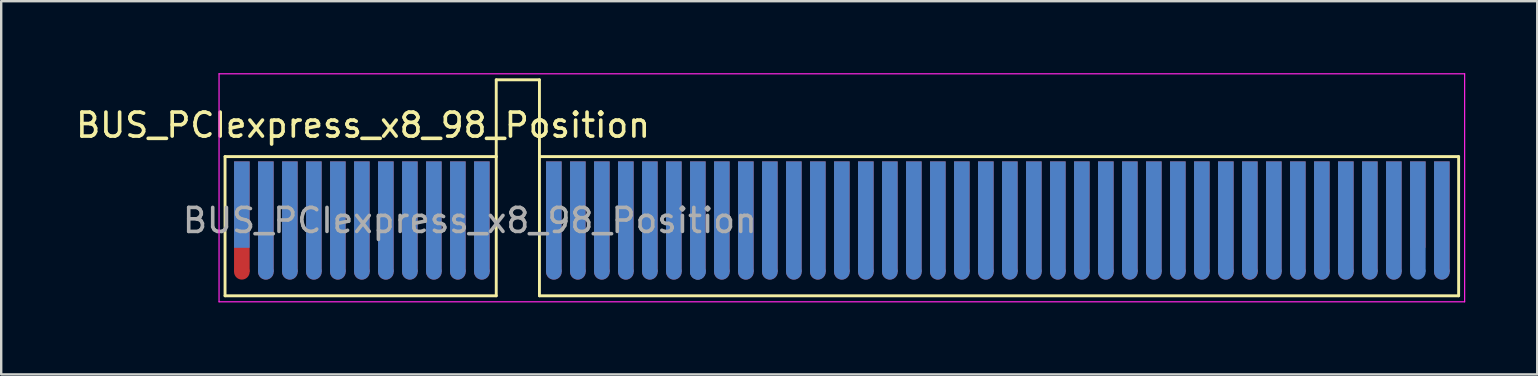
<source format=kicad_pcb>
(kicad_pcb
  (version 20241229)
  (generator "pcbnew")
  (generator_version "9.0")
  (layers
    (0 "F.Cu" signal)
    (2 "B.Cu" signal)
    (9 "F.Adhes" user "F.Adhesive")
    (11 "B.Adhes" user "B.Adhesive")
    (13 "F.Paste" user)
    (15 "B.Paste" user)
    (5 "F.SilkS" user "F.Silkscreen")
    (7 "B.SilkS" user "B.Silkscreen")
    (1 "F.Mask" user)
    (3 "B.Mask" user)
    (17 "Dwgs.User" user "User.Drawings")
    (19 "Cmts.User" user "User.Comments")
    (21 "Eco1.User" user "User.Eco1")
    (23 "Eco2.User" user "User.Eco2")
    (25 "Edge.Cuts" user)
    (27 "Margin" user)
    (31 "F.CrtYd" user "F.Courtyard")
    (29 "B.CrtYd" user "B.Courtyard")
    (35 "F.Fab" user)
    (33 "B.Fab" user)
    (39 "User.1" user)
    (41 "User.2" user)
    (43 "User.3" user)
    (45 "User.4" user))
  (footprint "BUS_PCIexpress_x8_98_Position"
    (layer "F.Cu")
    (at 7.027 5.475)
    (property "Reference" "BUS_PCIexpress_x8_98_Position" (at 5.05 -3.31 0) (layer "F.SilkS") (effects (font (size 1 1) (thickness 0.15))))
    (attr exclude_from_pos_files exclude_from_bom)
    (fp_line (start -0.7 -2) (end 10.6 -2) (stroke (width 0.12) (type solid)) (layer "F.SilkS"))
    (fp_line (start -0.7 3.8) (end -0.7 -2) (stroke (width 0.12) (type solid)) (layer "F.SilkS"))
    (fp_line (start 10.6 -5.2) (end 12.4 -5.2) (stroke (width 0.12) (type solid)) (layer "F.SilkS"))
    (fp_line (start 10.6 -2) (end 10.6 -5.2) (stroke (width 0.12) (type solid)) (layer "F.SilkS"))
    (fp_line (start 10.6 -2) (end 10.6 3.8) (stroke (width 0.12) (type solid)) (layer "F.SilkS"))
    (fp_line (start 10.6 3.8) (end -0.7 3.8) (stroke (width 0.12) (type solid)) (layer "F.SilkS"))
    (fp_line (start 12.4 -5.2) (end 12.4 -2) (stroke (width 0.12) (type solid)) (layer "F.SilkS"))
    (fp_line (start 12.4 -2) (end 12.4 3.8) (stroke (width 0.12) (type solid)) (layer "F.SilkS"))
    (fp_line (start 12.4 3.8) (end 50.7 3.8) (stroke (width 0.12) (type solid)) (layer "F.SilkS"))
    (fp_line (start 50.7 -2) (end 12.4 -2) (stroke (width 0.12) (type solid)) (layer "F.SilkS"))
    (fp_line (start 50.7 -2) (end 50.7 3.8) (stroke (width 0.12) (type solid)) (layer "F.SilkS"))
    (fp_line (start -0.95 -5.45) (end -0.95 4.05) (stroke (width 0.05) (type solid)) (layer "F.CrtYd"))
    (fp_line (start -0.95 -5.45) (end 50.95 -5.45) (stroke (width 0.05) (type solid)) (layer "F.CrtYd"))
    (fp_line (start 50.95 -5.45) (end 50.95 4.05) (stroke (width 0.05) (type solid)) (layer "F.CrtYd"))
    (fp_line (start 50.95 4.05) (end -0.95 4.05) (stroke (width 0.05) (type solid)) (layer "F.CrtYd"))
    (fp_text user "${REFERENCE}" (at 9.5 0.662 0) (layer "F.Fab") (effects (font (size 1 1) (thickness 0.15))))
    (pad "A1" connect rect (at 0 0) (size 0.65 3.6) (layers "B.Cu" "B.Mask"))
    (pad "A2" connect rect (at 1 0.5) (size 0.65 4.6) (layers "B.Cu" "B.Mask"))
    (pad "A2" connect oval (at 1 2.8 90) (size 0.65 0.65) (layers "B.Cu" "B.Mask"))
    (pad "A3" connect rect (at 2 0.5) (size 0.65 4.6) (layers "B.Cu" "B.Mask"))
    (pad "A3" connect oval (at 2 2.8 90) (size 0.65 0.65) (layers "B.Cu" "B.Mask"))
    (pad "A4" connect rect (at 3 0.5) (size 0.65 4.6) (layers "B.Cu" "B.Mask"))
    (pad "A4" connect oval (at 3 2.8 90) (size 0.65 0.65) (layers "B.Cu" "B.Mask"))
    (pad "A5" connect rect (at 4 0.5) (size 0.65 4.6) (layers "B.Cu" "B.Mask"))
    (pad "A5" connect oval (at 4 2.8 90) (size 0.65 0.65) (layers "B.Cu" "B.Mask"))
    (pad "A6" connect rect (at 5 0.5) (size 0.65 4.6) (layers "B.Cu" "B.Mask"))
    (pad "A6" connect oval (at 5 2.8 90) (size 0.65 0.65) (layers "B.Cu" "B.Mask"))
    (pad "A7" connect rect (at 6 0.5) (size 0.65 4.6) (layers "B.Cu" "B.Mask"))
    (pad "A7" connect oval (at 6 2.8 90) (size 0.65 0.65) (layers "B.Cu" "B.Mask"))
    (pad "A8" connect rect (at 7 0.5) (size 0.65 4.6) (layers "B.Cu" "B.Mask"))
    (pad "A8" connect oval (at 7 2.8 90) (size 0.65 0.65) (layers "B.Cu" "B.Mask"))
    (pad "A9" connect rect (at 8 0.5) (size 0.65 4.6) (layers "B.Cu" "B.Mask"))
    (pad "A9" connect oval (at 8 2.8 90) (size 0.65 0.65) (layers "B.Cu" "B.Mask"))
    (pad "A10" connect rect (at 9 0.5) (size 0.65 4.6) (layers "B.Cu" "B.Mask"))
    (pad "A10" connect oval (at 9 2.8 90) (size 0.65 0.65) (layers "B.Cu" "B.Mask"))
    (pad "A11" connect rect (at 10 0.5) (size 0.65 4.6) (layers "B.Cu" "B.Mask"))
    (pad "A11" connect oval (at 10 2.8 90) (size 0.65 0.65) (layers "B.Cu" "B.Mask"))
    (pad "A12" connect rect (at 13 0.5) (size 0.65 4.6) (layers "B.Cu" "B.Mask"))
    (pad "A12" connect oval (at 13 2.8 90) (size 0.65 0.65) (layers "B.Cu" "B.Mask"))
    (pad "A13" connect rect (at 14 0.5) (size 0.65 4.6) (layers "B.Cu" "B.Mask"))
    (pad "A13" connect oval (at 14 2.8 90) (size 0.65 0.65) (layers "B.Cu" "B.Mask"))
    (pad "A14" connect rect (at 15 0.5) (size 0.65 4.6) (layers "B.Cu" "B.Mask"))
    (pad "A14" connect oval (at 15 2.8 90) (size 0.65 0.65) (layers "B.Cu" "B.Mask"))
    (pad "A15" connect rect (at 16 0.5) (size 0.65 4.6) (layers "B.Cu" "B.Mask"))
    (pad "A15" connect oval (at 16 2.8 90) (size 0.65 0.65) (layers "B.Cu" "B.Mask"))
    (pad "A16" connect rect (at 17 0.5) (size 0.65 4.6) (layers "B.Cu" "B.Mask"))
    (pad "A16" connect oval (at 17 2.8 90) (size 0.65 0.65) (layers "B.Cu" "B.Mask"))
    (pad "A17" connect rect (at 18 0.5) (size 0.65 4.6) (layers "B.Cu" "B.Mask"))
    (pad "A17" connect oval (at 18 2.8 90) (size 0.65 0.65) (layers "B.Cu" "B.Mask"))
    (pad "A18" connect rect (at 19 0.5) (size 0.65 4.6) (layers "B.Cu" "B.Mask"))
    (pad "A18" connect oval (at 19 2.8 90) (size 0.65 0.65) (layers "B.Cu" "B.Mask"))
    (pad "A18" connect oval (at 19 2.8 90) (size 0.65 0.65) (layers "B.Cu" "B.Mask"))
    (pad "A19" connect rect (at 20 0.5) (size 0.65 4.6) (layers "B.Cu" "B.Mask"))
    (pad "A19" connect oval (at 20 2.8 90) (size 0.65 0.65) (layers "B.Cu" "B.Mask"))
    (pad "A20" connect rect (at 21 0.5) (size 0.65 4.6) (layers "B.Cu" "B.Mask"))
    (pad "A20" connect oval (at 21 2.8 90) (size 0.65 0.65) (layers "B.Cu" "B.Mask"))
    (pad "A21" connect rect (at 22 0.5) (size 0.65 4.6) (layers "B.Cu" "B.Mask"))
    (pad "A21" connect oval (at 22 2.8 90) (size 0.65 0.65) (layers "B.Cu" "B.Mask"))
    (pad "A22" connect rect (at 23 0.5) (size 0.65 4.6) (layers "B.Cu" "B.Mask"))
    (pad "A22" connect oval (at 23 2.8 90) (size 0.65 0.65) (layers "B.Cu" "B.Mask"))
    (pad "A23" connect rect (at 24 0.5) (size 0.65 4.6) (layers "B.Cu" "B.Mask"))
    (pad "A23" connect oval (at 24 2.8 90) (size 0.65 0.65) (layers "B.Cu" "B.Mask"))
    (pad "A24" connect rect (at 25 0.5) (size 0.65 4.6) (layers "B.Cu" "B.Mask"))
    (pad "A24" connect oval (at 25 2.8 90) (size 0.65 0.65) (layers "B.Cu" "B.Mask"))
    (pad "A25" connect rect (at 26 0.5) (size 0.65 4.6) (layers "B.Cu" "B.Mask"))
    (pad "A25" connect oval (at 26 2.8 90) (size 0.65 0.65) (layers "B.Cu" "B.Mask"))
    (pad "A26" connect rect (at 27 0.5) (size 0.65 4.6) (layers "B.Cu" "B.Mask"))
    (pad "A26" connect oval (at 27 2.8 90) (size 0.65 0.65) (layers "B.Cu" "B.Mask"))
    (pad "A27" connect rect (at 28 0.5) (size 0.65 4.6) (layers "B.Cu" "B.Mask"))
    (pad "A27" connect oval (at 28 2.8 90) (size 0.65 0.65) (layers "B.Cu" "B.Mask"))
    (pad "A28" connect rect (at 29 0.5) (size 0.65 4.6) (layers "B.Cu" "B.Mask"))
    (pad "A28" connect oval (at 29 2.8 90) (size 0.65 0.65) (layers "B.Cu" "B.Mask"))
    (pad "A29" connect rect (at 30 0.5) (size 0.65 4.6) (layers "B.Cu" "B.Mask"))
    (pad "A29" connect oval (at 30 2.8 90) (size 0.65 0.65) (layers "B.Cu" "B.Mask"))
    (pad "A30" connect rect (at 31 0.5) (size 0.65 4.6) (layers "B.Cu" "B.Mask"))
    (pad "A30" connect oval (at 31 2.8 90) (size 0.65 0.65) (layers "B.Cu" "B.Mask"))
    (pad "A31" connect rect (at 32 0.5) (size 0.65 4.6) (layers "B.Cu" "B.Mask"))
    (pad "A31" connect oval (at 32 2.8 90) (size 0.65 0.65) (layers "B.Cu" "B.Mask"))
    (pad "A32" connect rect (at 33 0.5) (size 0.65 4.6) (layers "B.Cu" "B.Mask"))
    (pad "A32" connect oval (at 33 2.8 90) (size 0.65 0.65) (layers "B.Cu" "B.Mask"))
    (pad "A33" connect rect (at 34 0.5) (size 0.65 4.6) (layers "B.Cu" "B.Mask"))
    (pad "A33" connect oval (at 34 2.8 90) (size 0.65 0.65) (layers "B.Cu" "B.Mask"))
    (pad "A34" connect rect (at 35 0.5) (size 0.65 4.6) (layers "B.Cu" "B.Mask"))
    (pad "A34" connect oval (at 35 2.8 90) (size 0.65 0.65) (layers "B.Cu" "B.Mask"))
    (pad "A35" connect rect (at 36 0.5) (size 0.65 4.6) (layers "B.Cu" "B.Mask"))
    (pad "A35" connect oval (at 36 2.8 90) (size 0.65 0.65) (layers "B.Cu" "B.Mask"))
    (pad "A36" connect rect (at 37 0.5) (size 0.65 4.6) (layers "B.Cu" "B.Mask"))
    (pad "A36" connect oval (at 37 2.8 90) (size 0.65 0.65) (layers "B.Cu" "B.Mask"))
    (pad "A37" connect rect (at 38 0.5) (size 0.65 4.6) (layers "B.Cu" "B.Mask"))
    (pad "A37" connect oval (at 38 2.8 90) (size 0.65 0.65) (layers "B.Cu" "B.Mask"))
    (pad "A38" connect rect (at 39 0.5) (size 0.65 4.6) (layers "B.Cu" "B.Mask"))
    (pad "A38" connect oval (at 39 2.8 90) (size 0.65 0.65) (layers "B.Cu" "B.Mask"))
    (pad "A39" connect rect (at 40 0.5) (size 0.65 4.6) (layers "B.Cu" "B.Mask"))
    (pad "A39" connect oval (at 40 2.8 90) (size 0.65 0.65) (layers "B.Cu" "B.Mask"))
    (pad "A40" connect rect (at 41 0.5) (size 0.65 4.6) (layers "B.Cu" "B.Mask"))
    (pad "A40" connect oval (at 41 2.8 90) (size 0.65 0.65) (layers "B.Cu" "B.Mask"))
    (pad "A41" connect rect (at 42 0.5) (size 0.65 4.6) (layers "B.Cu" "B.Mask"))
    (pad "A41" connect oval (at 42 2.8 90) (size 0.65 0.65) (layers "B.Cu" "B.Mask"))
    (pad "A42" connect rect (at 43 0.5) (size 0.65 4.6) (layers "B.Cu" "B.Mask"))
    (pad "A42" connect oval (at 43 2.8 90) (size 0.65 0.65) (layers "B.Cu" "B.Mask"))
    (pad "A43" connect rect (at 44 0.5) (size 0.65 4.6) (layers "B.Cu" "B.Mask"))
    (pad "A43" connect oval (at 44 2.8 90) (size 0.65 0.65) (layers "B.Cu" "B.Mask"))
    (pad "A44" connect rect (at 45 0.5) (size 0.65 4.6) (layers "B.Cu" "B.Mask"))
    (pad "A44" connect oval (at 45 2.8 90) (size 0.65 0.65) (layers "B.Cu" "B.Mask"))
    (pad "A45" connect rect (at 46 0.5) (size 0.65 4.6) (layers "B.Cu" "B.Mask"))
    (pad "A45" connect oval (at 46 2.8 90) (size 0.65 0.65) (layers "B.Cu" "B.Mask"))
    (pad "A46" connect rect (at 47 0.5) (size 0.65 4.6) (layers "B.Cu" "B.Mask"))
    (pad "A46" connect oval (at 47 2.8 90) (size 0.65 0.65) (layers "B.Cu" "B.Mask"))
    (pad "A47" connect rect (at 48 0.5) (size 0.65 4.6) (layers "B.Cu" "B.Mask"))
    (pad "A47" connect oval (at 48 2.8 90) (size 0.65 0.65) (layers "B.Cu" "B.Mask"))
    (pad "A48" connect rect (at 49 0.5) (size 0.65 4.6) (layers "B.Cu" "B.Mask"))
    (pad "A48" connect oval (at 49 2.8 90) (size 0.65 0.65) (layers "B.Cu" "B.Mask"))
    (pad "A49" connect rect (at 50 0.5) (size 0.65 4.6) (layers "B.Cu" "B.Mask"))
    (pad "A49" connect oval (at 50 2.8 90) (size 0.65 0.65) (layers "B.Cu" "B.Mask"))
    (pad "B1" connect rect (at 0 0.5) (size 0.65 4.6) (layers "F.Cu" "F.Mask"))
    (pad "B1" connect circle (at 0 2.8) (size 0.65 0.65) (layers "F.Cu" "F.Mask"))
    (pad "B2" connect rect (at 1 0.5) (size 0.65 4.6) (layers "F.Cu" "F.Mask"))
    (pad "B2" connect circle (at 1 2.8) (size 0.65 0.65) (layers "F.Cu" "F.Mask"))
    (pad "B3" connect rect (at 2 0.5) (size 0.65 4.6) (layers "F.Cu" "F.Mask"))
    (pad "B3" connect circle (at 2 2.8) (size 0.65 0.65) (layers "F.Cu" "F.Mask"))
    (pad "B4" connect rect (at 3 0.5) (size 0.65 4.6) (layers "F.Cu" "F.Mask"))
    (pad "B4" connect circle (at 3 2.8) (size 0.65 0.65) (layers "F.Cu" "F.Mask"))
    (pad "B5" connect rect (at 4 0.5) (size 0.65 4.6) (layers "F.Cu" "F.Mask"))
    (pad "B5" connect circle (at 4 2.8) (size 0.65 0.65) (layers "F.Cu" "F.Mask"))
    (pad "B6" connect rect (at 5 0.5) (size 0.65 4.6) (layers "F.Cu" "F.Mask"))
    (pad "B6" connect circle (at 5 2.8) (size 0.65 0.65) (layers "F.Cu" "F.Mask"))
    (pad "B7" connect rect (at 6 0.5) (size 0.65 4.6) (layers "F.Cu" "F.Mask"))
    (pad "B7" connect circle (at 6 2.8) (size 0.65 0.65) (layers "F.Cu" "F.Mask"))
    (pad "B8" connect rect (at 7 0.5) (size 0.65 4.6) (layers "F.Cu" "F.Mask"))
    (pad "B8" connect circle (at 7 2.8) (size 0.65 0.65) (layers "F.Cu" "F.Mask"))
    (pad "B9" connect rect (at 8 0.5) (size 0.65 4.6) (layers "F.Cu" "F.Mask"))
    (pad "B9" connect circle (at 8 2.8) (size 0.65 0.65) (layers "F.Cu" "F.Mask"))
    (pad "B10" connect rect (at 9 0.5) (size 0.65 4.6) (layers "F.Cu" "F.Mask"))
    (pad "B10" connect circle (at 9 2.8) (size 0.65 0.65) (layers "F.Cu" "F.Mask"))
    (pad "B11" connect rect (at 10 0.5) (size 0.65 4.6) (layers "F.Cu" "F.Mask"))
    (pad "B11" connect circle (at 10 2.8) (size 0.65 0.65) (layers "F.Cu" "F.Mask"))
    (pad "B12" connect rect (at 13 0.5) (size 0.65 4.6) (layers "F.Cu" "F.Mask"))
    (pad "B12" connect circle (at 13 2.8) (size 0.65 0.65) (layers "F.Cu" "F.Mask"))
    (pad "B13" connect rect (at 14 0.5) (size 0.65 4.6) (layers "F.Cu" "F.Mask"))
    (pad "B13" connect circle (at 14 2.8) (size 0.65 0.65) (layers "F.Cu" "F.Mask"))
    (pad "B14" connect rect (at 15 0.5) (size 0.65 4.6) (layers "F.Cu" "F.Mask"))
    (pad "B14" connect circle (at 15 2.8) (size 0.65 0.65) (layers "F.Cu" "F.Mask"))
    (pad "B15" connect rect (at 16 0.5) (size 0.65 4.6) (layers "F.Cu" "F.Mask"))
    (pad "B15" connect circle (at 16 2.8) (size 0.65 0.65) (layers "F.Cu" "F.Mask"))
    (pad "B16" connect rect (at 17 0.5) (size 0.65 4.6) (layers "F.Cu" "F.Mask"))
    (pad "B16" connect circle (at 17 2.8) (size 0.65 0.65) (layers "F.Cu" "F.Mask"))
    (pad "B17" connect rect (at 18 0.5) (size 0.65 4.6) (layers "F.Cu" "F.Mask"))
    (pad "B17" connect circle (at 18 2.8) (size 0.65 0.65) (layers "F.Cu" "F.Mask"))
    (pad "B18" connect rect (at 19 0.5) (size 0.65 4.6) (layers "F.Cu" "F.Mask"))
    (pad "B18" connect circle (at 19 2.8) (size 0.65 0.65) (layers "F.Cu" "F.Mask"))
    (pad "B19" connect rect (at 20 0.5) (size 0.65 4.6) (layers "F.Cu" "F.Mask"))
    (pad "B19" connect circle (at 20 2.8) (size 0.65 0.65) (layers "F.Cu" "F.Mask"))
    (pad "B20" connect rect (at 21 0.5) (size 0.65 4.6) (layers "F.Cu" "F.Mask"))
    (pad "B20" connect circle (at 21 2.8) (size 0.65 0.65) (layers "F.Cu" "F.Mask"))
    (pad "B21" connect rect (at 22 0.5) (size 0.65 4.6) (layers "F.Cu" "F.Mask"))
    (pad "B21" connect circle (at 22 2.8) (size 0.65 0.65) (layers "F.Cu" "F.Mask"))
    (pad "B22" connect rect (at 23 0.5) (size 0.65 4.6) (layers "F.Cu" "F.Mask"))
    (pad "B22" connect circle (at 23 2.8) (size 0.65 0.65) (layers "F.Cu" "F.Mask"))
    (pad "B23" connect rect (at 24 0.5) (size 0.65 4.6) (layers "F.Cu" "F.Mask"))
    (pad "B23" connect circle (at 24 2.8) (size 0.65 0.65) (layers "F.Cu" "F.Mask"))
    (pad "B24" connect rect (at 25 0.5) (size 0.65 4.6) (layers "F.Cu" "F.Mask"))
    (pad "B24" connect circle (at 25 2.8) (size 0.65 0.65) (layers "F.Cu" "F.Mask"))
    (pad "B25" connect rect (at 26 0.5) (size 0.65 4.6) (layers "F.Cu" "F.Mask"))
    (pad "B25" connect circle (at 26 2.8) (size 0.65 0.65) (layers "F.Cu" "F.Mask"))
    (pad "B26" connect rect (at 27 0.5) (size 0.65 4.6) (layers "F.Cu" "F.Mask"))
    (pad "B26" connect circle (at 27 2.8) (size 0.65 0.65) (layers "F.Cu" "F.Mask"))
    (pad "B27" connect rect (at 28 0.5) (size 0.65 4.6) (layers "F.Cu" "F.Mask"))
    (pad "B27" connect circle (at 28 2.8) (size 0.65 0.65) (layers "F.Cu" "F.Mask"))
    (pad "B28" connect rect (at 29 0.5) (size 0.65 4.6) (layers "F.Cu" "F.Mask"))
    (pad "B28" connect circle (at 29 2.8) (size 0.65 0.65) (layers "F.Cu" "F.Mask"))
    (pad "B29" connect rect (at 30 0.5) (size 0.65 4.6) (layers "F.Cu" "F.Mask"))
    (pad "B29" connect circle (at 30 2.8) (size 0.65 0.65) (layers "F.Cu" "F.Mask"))
    (pad "B30" connect rect (at 31 0.5) (size 0.65 4.6) (layers "F.Cu" "F.Mask"))
    (pad "B30" connect circle (at 31 2.8) (size 0.65 0.65) (layers "F.Cu" "F.Mask"))
    (pad "B31" connect rect (at 32 0.5) (size 0.65 4.6) (layers "F.Cu" "F.Mask"))
    (pad "B31" connect circle (at 32 2.8) (size 0.65 0.65) (layers "F.Cu" "F.Mask"))
    (pad "B32" connect rect (at 33 0.5) (size 0.65 4.6) (layers "F.Cu" "F.Mask"))
    (pad "B32" connect circle (at 33 2.8) (size 0.65 0.65) (layers "F.Cu" "F.Mask"))
    (pad "B33" connect rect (at 34 0.5) (size 0.65 4.6) (layers "F.Cu" "F.Mask"))
    (pad "B33" connect circle (at 34 2.8) (size 0.65 0.65) (layers "F.Cu" "F.Mask"))
    (pad "B34" connect rect (at 35 0.5) (size 0.65 4.6) (layers "F.Cu" "F.Mask"))
    (pad "B34" connect circle (at 35 2.8) (size 0.65 0.65) (layers "F.Cu" "F.Mask"))
    (pad "B35" connect rect (at 36 0.5) (size 0.65 4.6) (layers "F.Cu" "F.Mask"))
    (pad "B35" connect circle (at 36 2.8) (size 0.65 0.65) (layers "F.Cu" "F.Mask"))
    (pad "B36" connect rect (at 37 0.5) (size 0.65 4.6) (layers "F.Cu" "F.Mask"))
    (pad "B36" connect circle (at 37 2.8) (size 0.65 0.65) (layers "F.Cu" "F.Mask"))
    (pad "B37" connect rect (at 38 0.5) (size 0.65 4.6) (layers "F.Cu" "F.Mask"))
    (pad "B37" connect circle (at 38 2.8) (size 0.65 0.65) (layers "F.Cu" "F.Mask"))
    (pad "B38" connect rect (at 39 0.5) (size 0.65 4.6) (layers "F.Cu" "F.Mask"))
    (pad "B38" connect circle (at 39 2.8) (size 0.65 0.65) (layers "F.Cu" "F.Mask"))
    (pad "B39" connect rect (at 40 0.5) (size 0.65 4.6) (layers "F.Cu" "F.Mask"))
    (pad "B39" connect circle (at 40 2.8) (size 0.65 0.65) (layers "F.Cu" "F.Mask"))
    (pad "B40" connect rect (at 41 0.5) (size 0.65 4.6) (layers "F.Cu" "F.Mask"))
    (pad "B40" connect circle (at 41 2.8) (size 0.65 0.65) (layers "F.Cu" "F.Mask"))
    (pad "B41" connect rect (at 42 0.5) (size 0.65 4.6) (layers "F.Cu" "F.Mask"))
    (pad "B41" connect circle (at 42 2.8) (size 0.65 0.65) (layers "F.Cu" "F.Mask"))
    (pad "B41" connect circle (at 42 2.8) (size 0.65 0.65) (layers "F.Cu" "F.Mask"))
    (pad "B42" connect rect (at 43 0.5) (size 0.65 4.6) (layers "F.Cu" "F.Mask"))
    (pad "B42" connect circle (at 43 2.8) (size 0.65 0.65) (layers "F.Cu" "F.Mask"))
    (pad "B43" connect rect (at 44 0.5) (size 0.65 4.6) (layers "F.Cu" "F.Mask"))
    (pad "B43" connect circle (at 44 2.8) (size 0.65 0.65) (layers "F.Cu" "F.Mask"))
    (pad "B44" connect rect (at 45 0.5) (size 0.65 4.6) (layers "F.Cu" "F.Mask"))
    (pad "B44" connect circle (at 45 2.8) (size 0.65 0.65) (layers "F.Cu" "F.Mask"))
    (pad "B45" connect rect (at 46 0.5) (size 0.65 4.6) (layers "F.Cu" "F.Mask"))
    (pad "B45" connect circle (at 46 2.8) (size 0.65 0.65) (layers "F.Cu" "F.Mask"))
    (pad "B46" connect rect (at 47 0.5) (size 0.65 4.6) (layers "F.Cu" "F.Mask"))
    (pad "B46" connect circle (at 47 2.8) (size 0.65 0.65) (layers "F.Cu" "F.Mask"))
    (pad "B47" connect rect (at 48 0.5) (size 0.65 4.6) (layers "F.Cu" "F.Mask"))
    (pad "B47" connect circle (at 48 2.8) (size 0.65 0.65) (layers "F.Cu" "F.Mask"))
    (pad "B48" connect rect (at 49 0) (size 0.65 3.6) (layers "F.Cu" "F.Mask"))
    (pad "B49" connect rect (at 50 0.5) (size 0.65 4.6) (layers "F.Cu" "F.Mask"))
    (pad "B49" connect circle (at 50 2.8) (size 0.65 0.65) (layers "F.Cu" "F.Mask")))
  (gr_rect
    (start -3 -3)
    (end 61.002 12.55)
    (stroke (width 0.1) (type default))
    (fill no)
    (layer "Edge.Cuts")))
</source>
